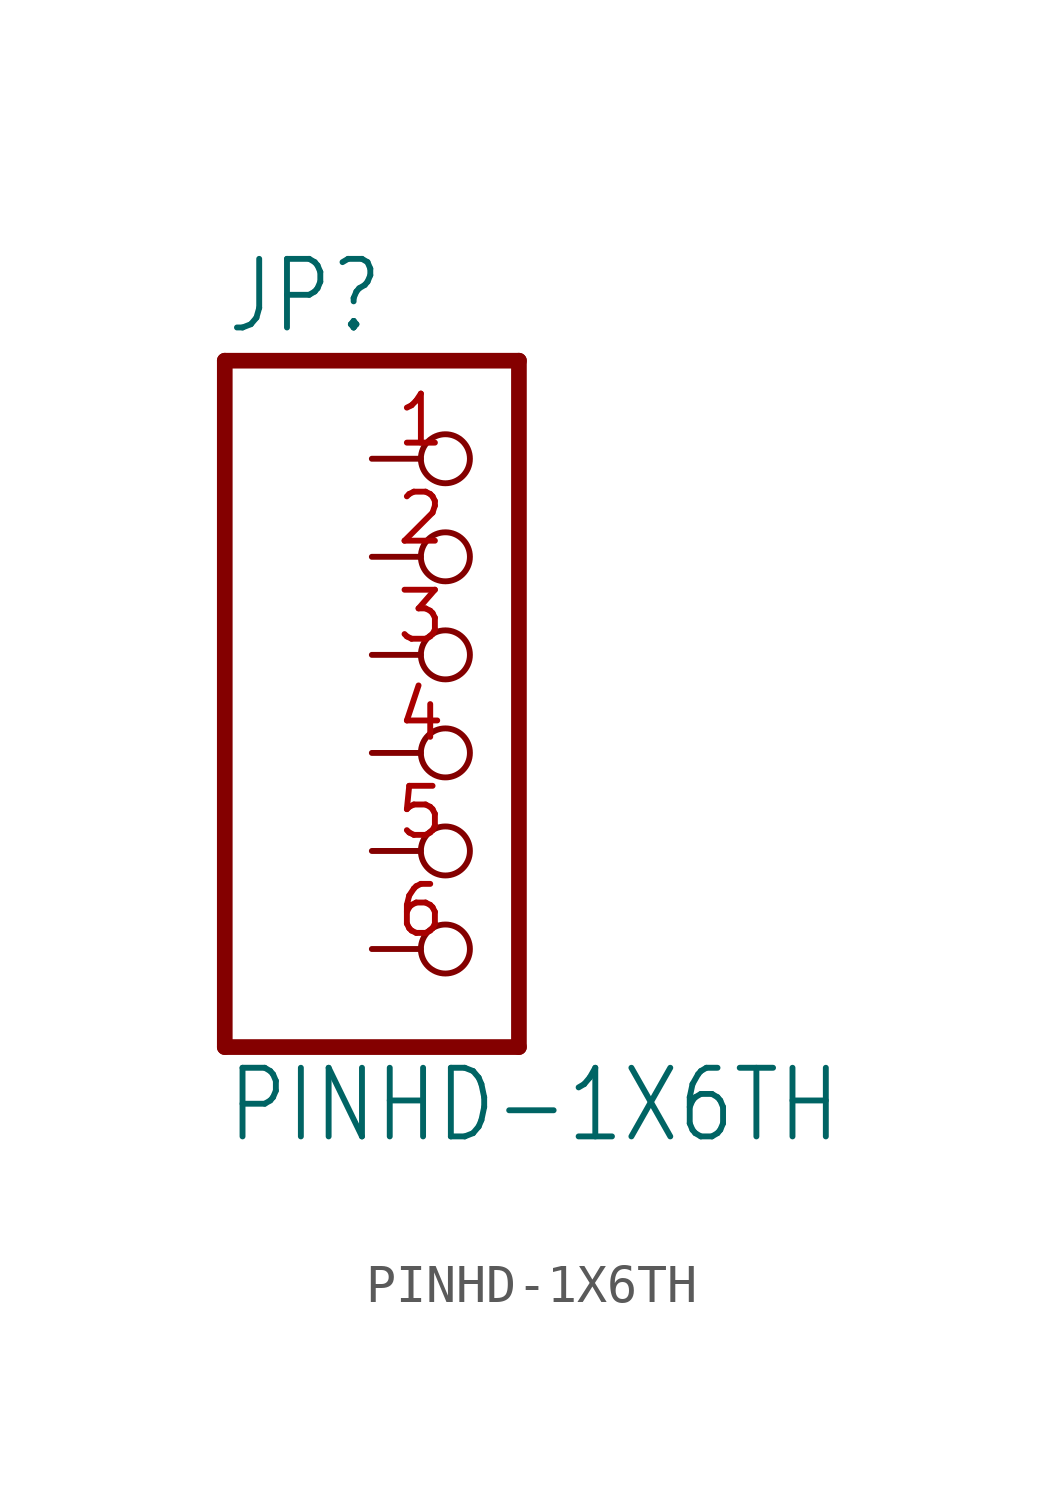
<source format=kicad_sym>
(kicad_symbol_lib
  (version 20211014)
  (generator kicad_symbol_editor)
  (symbol "PINHD-1X6TH"
    (property "Reference" "JP"
      (at -6.35 10.795 0)
      (effects (font (size 1.778 1.511)) (justify left bottom)))
    (property "Value" "PINHD-1X6TH"
      (at -6.35 -10.16 0)
      (effects (font (size 1.778 1.511)) (justify left bottom)))
    (property "ki_locked" ""
      (at 0 0 0)
      (effects (font (size 1.27 1.27))))
    (symbol "PINHD-1X6TH_1_0"
      (polyline (pts (xy -6.35 -7.62) (xy 1.27 -7.62)) (stroke (width 0.406) (type default) (color 0 0 0 0)) (fill (type none)))
      (polyline (pts (xy -6.35 10.16) (xy -6.35 -7.62)) (stroke (width 0.406) (type default) (color 0 0 0 0)) (fill (type none)))
      (polyline (pts (xy 1.27 -7.62) (xy 1.27 10.16)) (stroke (width 0.406) (type default) (color 0 0 0 0)) (fill (type none)))
      (polyline (pts (xy 1.27 10.16) (xy -6.35 10.16)) (stroke (width 0.406) (type default) (color 0 0 0 0)) (fill (type none)))
      (pin passive inverted (at -2.54 7.62 0) (length 2.54) (name "1" (effects (font (size 0 0)))) (number "1" (effects (font (size 1.27 1.27)))))
      (pin passive inverted (at -2.54 5.08 0) (length 2.54) (name "2" (effects (font (size 0 0)))) (number "2" (effects (font (size 1.27 1.27)))))
      (pin passive inverted (at -2.54 2.54 0) (length 2.54) (name "3" (effects (font (size 0 0)))) (number "3" (effects (font (size 1.27 1.27)))))
      (pin passive inverted (at -2.54 0 0) (length 2.54) (name "4" (effects (font (size 0 0)))) (number "4" (effects (font (size 1.27 1.27)))))
      (pin passive inverted (at -2.54 -2.54 0) (length 2.54) (name "5" (effects (font (size 0 0)))) (number "5" (effects (font (size 1.27 1.27)))))
      (pin passive inverted (at -2.54 -5.08 0) (length 2.54) (name "6" (effects (font (size 0 0)))) (number "6" (effects (font (size 1.27 1.27))))))))
</source>
